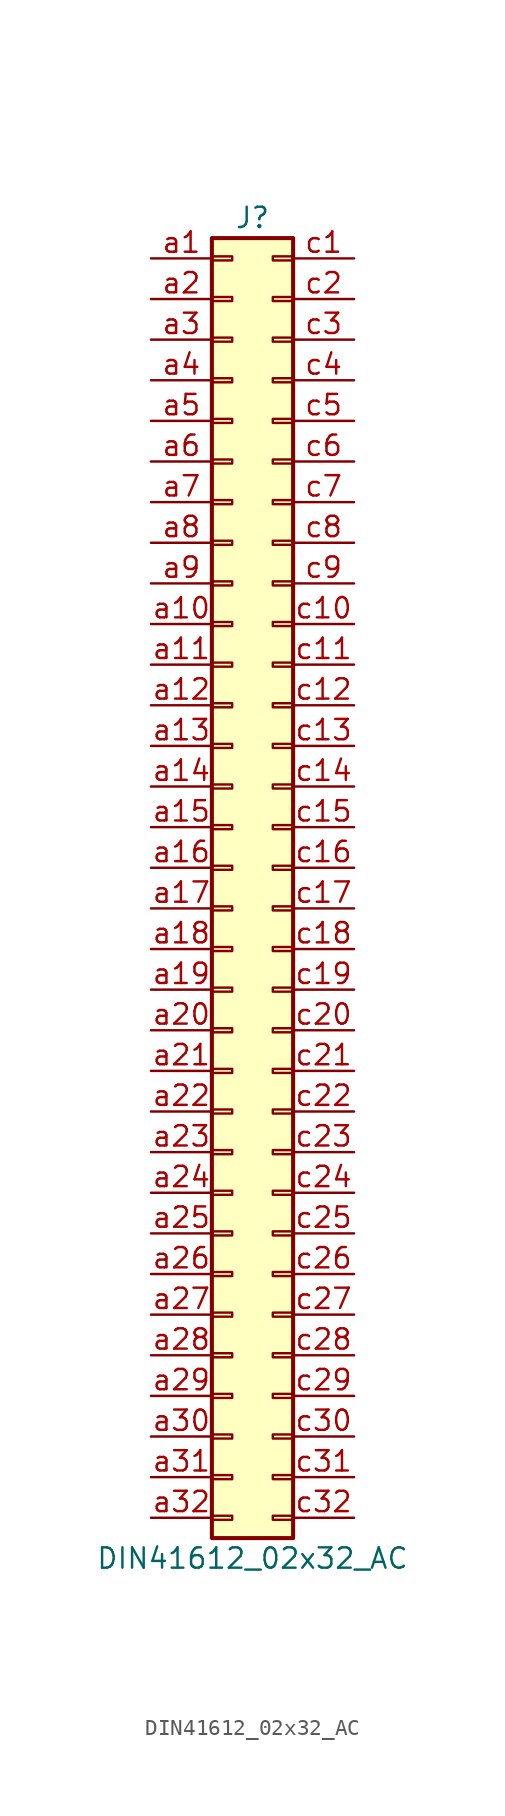
<source format=kicad_sym>
(kicad_symbol_lib
  (version 20201005)
  (generator kicad_symbol_editor)
  (symbol "Connector:DIN41612_02x32_AC"
    (pin_names
      (offset 1.016) hide)
    (property "Reference" "J"
      (at 1.27 40.64 0)
      (effects (font (size 1.27 1.27))))
    (property "Value" "DIN41612_02x32_AC"
      (at 1.27 -43.18 0)
      (effects (font (size 1.27 1.27))))
    (symbol "DIN41612_02x32_AC_1_1"
      (rectangle (start -1.27 -40.513) (end 0 -40.767) (stroke (width 0.152)) (fill (type none)))
      (rectangle (start -1.27 -37.973) (end 0 -38.227) (stroke (width 0.152)) (fill (type none)))
      (rectangle (start -1.27 -35.433) (end 0 -35.687) (stroke (width 0.152)) (fill (type none)))
      (rectangle (start -1.27 -32.893) (end 0 -33.147) (stroke (width 0.152)) (fill (type none)))
      (rectangle (start -1.27 -30.353) (end 0 -30.607) (stroke (width 0.152)) (fill (type none)))
      (rectangle (start -1.27 -27.813) (end 0 -28.067) (stroke (width 0.152)) (fill (type none)))
      (rectangle (start -1.27 -25.273) (end 0 -25.527) (stroke (width 0.152)) (fill (type none)))
      (rectangle (start -1.27 -22.733) (end 0 -22.987) (stroke (width 0.152)) (fill (type none)))
      (rectangle (start -1.27 -20.193) (end 0 -20.447) (stroke (width 0.152)) (fill (type none)))
      (rectangle (start -1.27 -17.653) (end 0 -17.907) (stroke (width 0.152)) (fill (type none)))
      (rectangle (start -1.27 -15.113) (end 0 -15.367) (stroke (width 0.152)) (fill (type none)))
      (rectangle (start -1.27 -12.573) (end 0 -12.827) (stroke (width 0.152)) (fill (type none)))
      (rectangle (start -1.27 -10.033) (end 0 -10.287) (stroke (width 0.152)) (fill (type none)))
      (rectangle (start -1.27 -7.493) (end 0 -7.747) (stroke (width 0.152)) (fill (type none)))
      (rectangle (start -1.27 -4.953) (end 0 -5.207) (stroke (width 0.152)) (fill (type none)))
      (rectangle (start -1.27 -2.413) (end 0 -2.667) (stroke (width 0.152)) (fill (type none)))
      (rectangle (start -1.27 0.127) (end 0 -0.127) (stroke (width 0.152)) (fill (type none)))
      (rectangle (start -1.27 2.667) (end 0 2.413) (stroke (width 0.152)) (fill (type none)))
      (rectangle (start -1.27 5.207) (end 0 4.953) (stroke (width 0.152)) (fill (type none)))
      (rectangle (start -1.27 7.747) (end 0 7.493) (stroke (width 0.152)) (fill (type none)))
      (rectangle (start -1.27 10.287) (end 0 10.033) (stroke (width 0.152)) (fill (type none)))
      (rectangle (start -1.27 12.827) (end 0 12.573) (stroke (width 0.152)) (fill (type none)))
      (rectangle (start -1.27 15.367) (end 0 15.113) (stroke (width 0.152)) (fill (type none)))
      (rectangle (start -1.27 17.907) (end 0 17.653) (stroke (width 0.152)) (fill (type none)))
      (rectangle (start -1.27 20.447) (end 0 20.193) (stroke (width 0.152)) (fill (type none)))
      (rectangle (start -1.27 22.987) (end 0 22.733) (stroke (width 0.152)) (fill (type none)))
      (rectangle (start -1.27 25.527) (end 0 25.273) (stroke (width 0.152)) (fill (type none)))
      (rectangle (start -1.27 28.067) (end 0 27.813) (stroke (width 0.152)) (fill (type none)))
      (rectangle (start -1.27 30.607) (end 0 30.353) (stroke (width 0.152)) (fill (type none)))
      (rectangle (start -1.27 33.147) (end 0 32.893) (stroke (width 0.152)) (fill (type none)))
      (rectangle (start -1.27 35.687) (end 0 35.433) (stroke (width 0.152)) (fill (type none)))
      (rectangle (start -1.27 38.227) (end 0 37.973) (stroke (width 0.152)) (fill (type none)))
      (rectangle (start -1.27 39.37) (end 3.81 -41.91) (stroke (width 0.254)) (fill (type background)))
      (rectangle (start 3.81 -40.513) (end 2.54 -40.767) (stroke (width 0.152)) (fill (type none)))
      (rectangle (start 3.81 -37.973) (end 2.54 -38.227) (stroke (width 0.152)) (fill (type none)))
      (rectangle (start 3.81 -35.433) (end 2.54 -35.687) (stroke (width 0.152)) (fill (type none)))
      (rectangle (start 3.81 -32.893) (end 2.54 -33.147) (stroke (width 0.152)) (fill (type none)))
      (rectangle (start 3.81 -30.353) (end 2.54 -30.607) (stroke (width 0.152)) (fill (type none)))
      (rectangle (start 3.81 -27.813) (end 2.54 -28.067) (stroke (width 0.152)) (fill (type none)))
      (rectangle (start 3.81 -25.273) (end 2.54 -25.527) (stroke (width 0.152)) (fill (type none)))
      (rectangle (start 3.81 -22.733) (end 2.54 -22.987) (stroke (width 0.152)) (fill (type none)))
      (rectangle (start 3.81 -20.193) (end 2.54 -20.447) (stroke (width 0.152)) (fill (type none)))
      (rectangle (start 3.81 -17.653) (end 2.54 -17.907) (stroke (width 0.152)) (fill (type none)))
      (rectangle (start 3.81 -15.113) (end 2.54 -15.367) (stroke (width 0.152)) (fill (type none)))
      (rectangle (start 3.81 -12.573) (end 2.54 -12.827) (stroke (width 0.152)) (fill (type none)))
      (rectangle (start 3.81 -10.033) (end 2.54 -10.287) (stroke (width 0.152)) (fill (type none)))
      (rectangle (start 3.81 -7.493) (end 2.54 -7.747) (stroke (width 0.152)) (fill (type none)))
      (rectangle (start 3.81 -4.953) (end 2.54 -5.207) (stroke (width 0.152)) (fill (type none)))
      (rectangle (start 3.81 -2.413) (end 2.54 -2.667) (stroke (width 0.152)) (fill (type none)))
      (rectangle (start 3.81 0.127) (end 2.54 -0.127) (stroke (width 0.152)) (fill (type none)))
      (rectangle (start 3.81 2.667) (end 2.54 2.413) (stroke (width 0.152)) (fill (type none)))
      (rectangle (start 3.81 5.207) (end 2.54 4.953) (stroke (width 0.152)) (fill (type none)))
      (rectangle (start 3.81 7.747) (end 2.54 7.493) (stroke (width 0.152)) (fill (type none)))
      (rectangle (start 3.81 10.287) (end 2.54 10.033) (stroke (width 0.152)) (fill (type none)))
      (rectangle (start 3.81 12.827) (end 2.54 12.573) (stroke (width 0.152)) (fill (type none)))
      (rectangle (start 3.81 15.367) (end 2.54 15.113) (stroke (width 0.152)) (fill (type none)))
      (rectangle (start 3.81 17.907) (end 2.54 17.653) (stroke (width 0.152)) (fill (type none)))
      (rectangle (start 3.81 20.447) (end 2.54 20.193) (stroke (width 0.152)) (fill (type none)))
      (rectangle (start 3.81 22.987) (end 2.54 22.733) (stroke (width 0.152)) (fill (type none)))
      (rectangle (start 3.81 25.527) (end 2.54 25.273) (stroke (width 0.152)) (fill (type none)))
      (rectangle (start 3.81 28.067) (end 2.54 27.813) (stroke (width 0.152)) (fill (type none)))
      (rectangle (start 3.81 30.607) (end 2.54 30.353) (stroke (width 0.152)) (fill (type none)))
      (rectangle (start 3.81 33.147) (end 2.54 32.893) (stroke (width 0.152)) (fill (type none)))
      (rectangle (start 3.81 35.687) (end 2.54 35.433) (stroke (width 0.152)) (fill (type none)))
      (rectangle (start 3.81 38.227) (end 2.54 37.973) (stroke (width 0.152)) (fill (type none)))
      (pin passive line (at -5.08 38.1 0) (length 3.81) (name "Pin_a1" (effects (font (size 1.27 1.27)))) (number "a1" (effects (font (size 1.27 1.27)))))
      (pin passive line (at -5.08 15.24 0) (length 3.81) (name "Pin_a10" (effects (font (size 1.27 1.27)))) (number "a10" (effects (font (size 1.27 1.27)))))
      (pin passive line (at -5.08 12.7 0) (length 3.81) (name "Pin_a11" (effects (font (size 1.27 1.27)))) (number "a11" (effects (font (size 1.27 1.27)))))
      (pin passive line (at -5.08 10.16 0) (length 3.81) (name "Pin_a12" (effects (font (size 1.27 1.27)))) (number "a12" (effects (font (size 1.27 1.27)))))
      (pin passive line (at -5.08 7.62 0) (length 3.81) (name "Pin_a13" (effects (font (size 1.27 1.27)))) (number "a13" (effects (font (size 1.27 1.27)))))
      (pin passive line (at -5.08 5.08 0) (length 3.81) (name "Pin_a14" (effects (font (size 1.27 1.27)))) (number "a14" (effects (font (size 1.27 1.27)))))
      (pin passive line (at -5.08 2.54 0) (length 3.81) (name "Pin_a15" (effects (font (size 1.27 1.27)))) (number "a15" (effects (font (size 1.27 1.27)))))
      (pin passive line (at -5.08 0 0) (length 3.81) (name "Pin_a16" (effects (font (size 1.27 1.27)))) (number "a16" (effects (font (size 1.27 1.27)))))
      (pin passive line (at -5.08 -2.54 0) (length 3.81) (name "Pin_a17" (effects (font (size 1.27 1.27)))) (number "a17" (effects (font (size 1.27 1.27)))))
      (pin passive line (at -5.08 -5.08 0) (length 3.81) (name "Pin_a18" (effects (font (size 1.27 1.27)))) (number "a18" (effects (font (size 1.27 1.27)))))
      (pin passive line (at -5.08 -7.62 0) (length 3.81) (name "Pin_a19" (effects (font (size 1.27 1.27)))) (number "a19" (effects (font (size 1.27 1.27)))))
      (pin passive line (at -5.08 35.56 0) (length 3.81) (name "Pin_a2" (effects (font (size 1.27 1.27)))) (number "a2" (effects (font (size 1.27 1.27)))))
      (pin passive line (at -5.08 -10.16 0) (length 3.81) (name "Pin_a20" (effects (font (size 1.27 1.27)))) (number "a20" (effects (font (size 1.27 1.27)))))
      (pin passive line (at -5.08 -12.7 0) (length 3.81) (name "Pin_a21" (effects (font (size 1.27 1.27)))) (number "a21" (effects (font (size 1.27 1.27)))))
      (pin passive line (at -5.08 -15.24 0) (length 3.81) (name "Pin_a22" (effects (font (size 1.27 1.27)))) (number "a22" (effects (font (size 1.27 1.27)))))
      (pin passive line (at -5.08 -17.78 0) (length 3.81) (name "Pin_a23" (effects (font (size 1.27 1.27)))) (number "a23" (effects (font (size 1.27 1.27)))))
      (pin passive line (at -5.08 -20.32 0) (length 3.81) (name "Pin_a24" (effects (font (size 1.27 1.27)))) (number "a24" (effects (font (size 1.27 1.27)))))
      (pin passive line (at -5.08 -22.86 0) (length 3.81) (name "Pin_a25" (effects (font (size 1.27 1.27)))) (number "a25" (effects (font (size 1.27 1.27)))))
      (pin passive line (at -5.08 -25.4 0) (length 3.81) (name "Pin_a26" (effects (font (size 1.27 1.27)))) (number "a26" (effects (font (size 1.27 1.27)))))
      (pin passive line (at -5.08 -27.94 0) (length 3.81) (name "Pin_a27" (effects (font (size 1.27 1.27)))) (number "a27" (effects (font (size 1.27 1.27)))))
      (pin passive line (at -5.08 -30.48 0) (length 3.81) (name "Pin_a28" (effects (font (size 1.27 1.27)))) (number "a28" (effects (font (size 1.27 1.27)))))
      (pin passive line (at -5.08 -33.02 0) (length 3.81) (name "Pin_a29" (effects (font (size 1.27 1.27)))) (number "a29" (effects (font (size 1.27 1.27)))))
      (pin passive line (at -5.08 33.02 0) (length 3.81) (name "Pin_a3" (effects (font (size 1.27 1.27)))) (number "a3" (effects (font (size 1.27 1.27)))))
      (pin passive line (at -5.08 -35.56 0) (length 3.81) (name "Pin_a30" (effects (font (size 1.27 1.27)))) (number "a30" (effects (font (size 1.27 1.27)))))
      (pin passive line (at -5.08 -38.1 0) (length 3.81) (name "Pin_a31" (effects (font (size 1.27 1.27)))) (number "a31" (effects (font (size 1.27 1.27)))))
      (pin passive line (at -5.08 -40.64 0) (length 3.81) (name "Pin_a32" (effects (font (size 1.27 1.27)))) (number "a32" (effects (font (size 1.27 1.27)))))
      (pin passive line (at -5.08 30.48 0) (length 3.81) (name "Pin_a4" (effects (font (size 1.27 1.27)))) (number "a4" (effects (font (size 1.27 1.27)))))
      (pin passive line (at -5.08 27.94 0) (length 3.81) (name "Pin_a5" (effects (font (size 1.27 1.27)))) (number "a5" (effects (font (size 1.27 1.27)))))
      (pin passive line (at -5.08 25.4 0) (length 3.81) (name "Pin_a6" (effects (font (size 1.27 1.27)))) (number "a6" (effects (font (size 1.27 1.27)))))
      (pin passive line (at -5.08 22.86 0) (length 3.81) (name "Pin_a7" (effects (font (size 1.27 1.27)))) (number "a7" (effects (font (size 1.27 1.27)))))
      (pin passive line (at -5.08 20.32 0) (length 3.81) (name "Pin_a8" (effects (font (size 1.27 1.27)))) (number "a8" (effects (font (size 1.27 1.27)))))
      (pin passive line (at -5.08 17.78 0) (length 3.81) (name "Pin_a9" (effects (font (size 1.27 1.27)))) (number "a9" (effects (font (size 1.27 1.27)))))
      (pin passive line (at 7.62 38.1 180) (length 3.81) (name "Pin_c1" (effects (font (size 1.27 1.27)))) (number "c1" (effects (font (size 1.27 1.27)))))
      (pin passive line (at 7.62 15.24 180) (length 3.81) (name "Pin_c10" (effects (font (size 1.27 1.27)))) (number "c10" (effects (font (size 1.27 1.27)))))
      (pin passive line (at 7.62 12.7 180) (length 3.81) (name "Pin_c11" (effects (font (size 1.27 1.27)))) (number "c11" (effects (font (size 1.27 1.27)))))
      (pin passive line (at 7.62 10.16 180) (length 3.81) (name "Pin_c12" (effects (font (size 1.27 1.27)))) (number "c12" (effects (font (size 1.27 1.27)))))
      (pin passive line (at 7.62 7.62 180) (length 3.81) (name "Pin_c13" (effects (font (size 1.27 1.27)))) (number "c13" (effects (font (size 1.27 1.27)))))
      (pin passive line (at 7.62 5.08 180) (length 3.81) (name "Pin_c14" (effects (font (size 1.27 1.27)))) (number "c14" (effects (font (size 1.27 1.27)))))
      (pin passive line (at 7.62 2.54 180) (length 3.81) (name "Pin_c15" (effects (font (size 1.27 1.27)))) (number "c15" (effects (font (size 1.27 1.27)))))
      (pin passive line (at 7.62 0 180) (length 3.81) (name "Pin_c16" (effects (font (size 1.27 1.27)))) (number "c16" (effects (font (size 1.27 1.27)))))
      (pin passive line (at 7.62 -2.54 180) (length 3.81) (name "Pin_c17" (effects (font (size 1.27 1.27)))) (number "c17" (effects (font (size 1.27 1.27)))))
      (pin passive line (at 7.62 -5.08 180) (length 3.81) (name "Pin_c18" (effects (font (size 1.27 1.27)))) (number "c18" (effects (font (size 1.27 1.27)))))
      (pin passive line (at 7.62 -7.62 180) (length 3.81) (name "Pin_c19" (effects (font (size 1.27 1.27)))) (number "c19" (effects (font (size 1.27 1.27)))))
      (pin passive line (at 7.62 35.56 180) (length 3.81) (name "Pin_c2" (effects (font (size 1.27 1.27)))) (number "c2" (effects (font (size 1.27 1.27)))))
      (pin passive line (at 7.62 -10.16 180) (length 3.81) (name "Pin_c20" (effects (font (size 1.27 1.27)))) (number "c20" (effects (font (size 1.27 1.27)))))
      (pin passive line (at 7.62 -12.7 180) (length 3.81) (name "Pin_c21" (effects (font (size 1.27 1.27)))) (number "c21" (effects (font (size 1.27 1.27)))))
      (pin passive line (at 7.62 -15.24 180) (length 3.81) (name "Pin_c22" (effects (font (size 1.27 1.27)))) (number "c22" (effects (font (size 1.27 1.27)))))
      (pin passive line (at 7.62 -17.78 180) (length 3.81) (name "Pin_c23" (effects (font (size 1.27 1.27)))) (number "c23" (effects (font (size 1.27 1.27)))))
      (pin passive line (at 7.62 -20.32 180) (length 3.81) (name "Pin_c24" (effects (font (size 1.27 1.27)))) (number "c24" (effects (font (size 1.27 1.27)))))
      (pin passive line (at 7.62 -22.86 180) (length 3.81) (name "Pin_c25" (effects (font (size 1.27 1.27)))) (number "c25" (effects (font (size 1.27 1.27)))))
      (pin passive line (at 7.62 -25.4 180) (length 3.81) (name "Pin_c26" (effects (font (size 1.27 1.27)))) (number "c26" (effects (font (size 1.27 1.27)))))
      (pin passive line (at 7.62 -27.94 180) (length 3.81) (name "Pin_c27" (effects (font (size 1.27 1.27)))) (number "c27" (effects (font (size 1.27 1.27)))))
      (pin passive line (at 7.62 -30.48 180) (length 3.81) (name "Pin_c28" (effects (font (size 1.27 1.27)))) (number "c28" (effects (font (size 1.27 1.27)))))
      (pin passive line (at 7.62 -33.02 180) (length 3.81) (name "Pin_c29" (effects (font (size 1.27 1.27)))) (number "c29" (effects (font (size 1.27 1.27)))))
      (pin passive line (at 7.62 33.02 180) (length 3.81) (name "Pin_c3" (effects (font (size 1.27 1.27)))) (number "c3" (effects (font (size 1.27 1.27)))))
      (pin passive line (at 7.62 -35.56 180) (length 3.81) (name "Pin_c30" (effects (font (size 1.27 1.27)))) (number "c30" (effects (font (size 1.27 1.27)))))
      (pin passive line (at 7.62 -38.1 180) (length 3.81) (name "Pin_c31" (effects (font (size 1.27 1.27)))) (number "c31" (effects (font (size 1.27 1.27)))))
      (pin passive line (at 7.62 -40.64 180) (length 3.81) (name "Pin_c32" (effects (font (size 1.27 1.27)))) (number "c32" (effects (font (size 1.27 1.27)))))
      (pin passive line (at 7.62 30.48 180) (length 3.81) (name "Pin_c4" (effects (font (size 1.27 1.27)))) (number "c4" (effects (font (size 1.27 1.27)))))
      (pin passive line (at 7.62 27.94 180) (length 3.81) (name "Pin_c5" (effects (font (size 1.27 1.27)))) (number "c5" (effects (font (size 1.27 1.27)))))
      (pin passive line (at 7.62 25.4 180) (length 3.81) (name "Pin_c6" (effects (font (size 1.27 1.27)))) (number "c6" (effects (font (size 1.27 1.27)))))
      (pin passive line (at 7.62 22.86 180) (length 3.81) (name "Pin_c7" (effects (font (size 1.27 1.27)))) (number "c7" (effects (font (size 1.27 1.27)))))
      (pin passive line (at 7.62 20.32 180) (length 3.81) (name "Pin_c8" (effects (font (size 1.27 1.27)))) (number "c8" (effects (font (size 1.27 1.27)))))
      (pin passive line (at 7.62 17.78 180) (length 3.81) (name "Pin_c9" (effects (font (size 1.27 1.27)))) (number "c9" (effects (font (size 1.27 1.27))))))))
</source>
